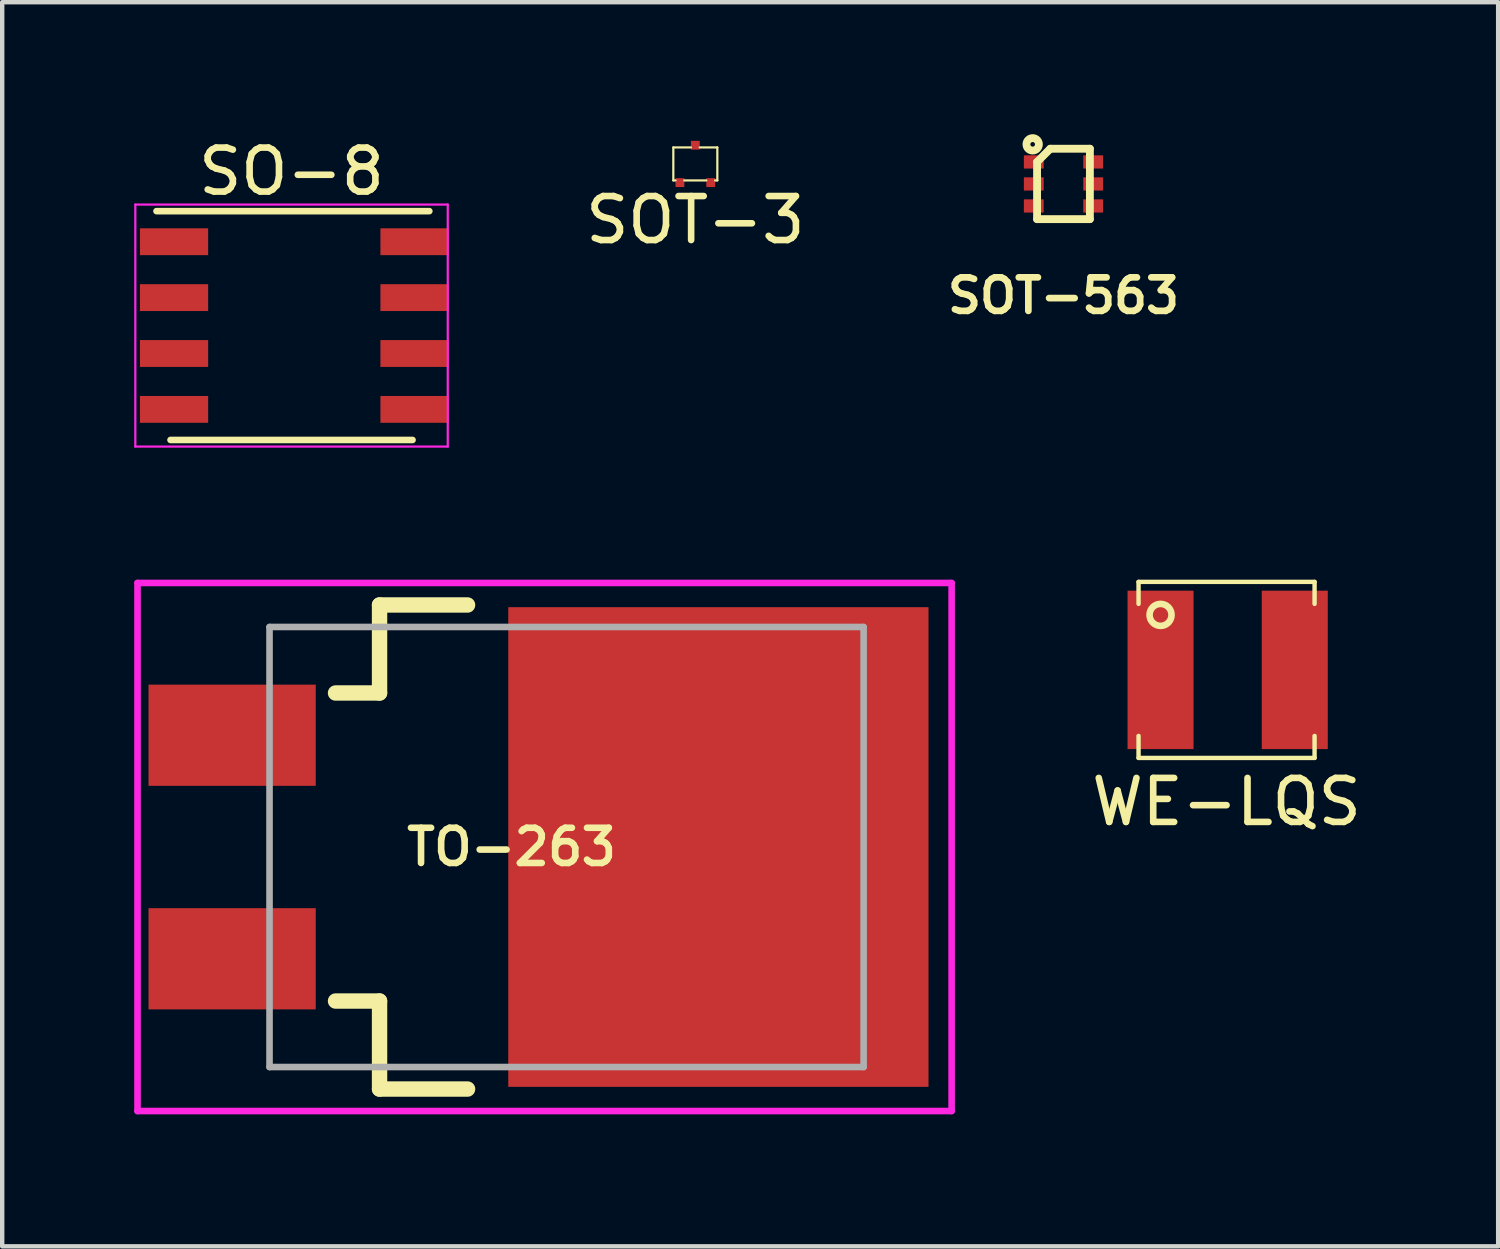
<source format=kicad_pcb>
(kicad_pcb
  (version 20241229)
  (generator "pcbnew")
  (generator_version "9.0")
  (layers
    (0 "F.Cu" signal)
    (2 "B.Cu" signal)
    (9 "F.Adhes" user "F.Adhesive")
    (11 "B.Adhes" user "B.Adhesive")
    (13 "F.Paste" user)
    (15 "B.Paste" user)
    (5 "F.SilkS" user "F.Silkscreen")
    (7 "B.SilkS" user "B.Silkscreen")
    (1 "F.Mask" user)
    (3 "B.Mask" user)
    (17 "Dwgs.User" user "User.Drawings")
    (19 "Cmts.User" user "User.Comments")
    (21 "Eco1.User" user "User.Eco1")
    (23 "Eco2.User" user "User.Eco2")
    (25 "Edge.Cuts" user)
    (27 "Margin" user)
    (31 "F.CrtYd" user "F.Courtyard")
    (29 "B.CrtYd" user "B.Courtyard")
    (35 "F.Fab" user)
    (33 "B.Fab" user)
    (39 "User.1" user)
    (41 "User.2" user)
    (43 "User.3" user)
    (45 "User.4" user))
  (footprint "SOT-563"
    (layer "F.Cu")
    (at 21.117 1.13)
    (property "Reference" "SOT-563" (at 0 2.54 0) (layer "F.SilkS") (effects (font (size 0.762 0.762) (thickness 0.152))))
    (attr smd)
    (fp_line (start -0.6 -0.5) (end -0.6 0.8) (stroke (width 0.178) (type solid)) (layer "F.SilkS"))
    (fp_line (start -0.6 -0.5) (end -0.3 -0.8) (stroke (width 0.178) (type solid)) (layer "F.SilkS"))
    (fp_line (start -0.6 0.8) (end 0.6 0.8) (stroke (width 0.178) (type solid)) (layer "F.SilkS"))
    (fp_line (start -0.3 -0.8) (end 0.6 -0.8) (stroke (width 0.178) (type solid)) (layer "F.SilkS"))
    (fp_line (start 0.6 0.8) (end 0.6 -0.8) (stroke (width 0.178) (type solid)) (layer "F.SilkS"))
    (fp_circle (center -0.7 -0.9) (end -0.8 -1) (stroke (width 0.178) (type solid)) (fill no) (layer "F.SilkS"))
    (pad "1" smd rect (at -0.675 -0.5) (size 0.45 0.3) (layers "F.Cu" "F.Mask" "F.Paste"))
    (pad "2" smd rect (at -0.675 0) (size 0.45 0.3) (layers "F.Cu" "F.Mask" "F.Paste"))
    (pad "3" smd rect (at -0.675 0.5) (size 0.45 0.3) (layers "F.Cu" "F.Mask" "F.Paste"))
    (pad "4" smd rect (at 0.675 0.5) (size 0.45 0.3) (layers "F.Cu" "F.Mask" "F.Paste"))
    (pad "5" smd rect (at 0.675 0) (size 0.45 0.3) (layers "F.Cu" "F.Mask" "F.Paste"))
    (pad "6" smd rect (at 0.675 -0.5) (size 0.45 0.3) (layers "F.Cu" "F.Mask" "F.Paste")))
  (footprint "WE-LQS"
    (layer "F.Cu")
    (at 23.323 12.173)
    (property "Reference" "WE-LQS" (at 1.5 3 0) (layer "F.SilkS") (effects (font (size 1 1) (thickness 0.15))))
    (attr through_hole)
    (fp_line (start -0.5 -2) (end -0.5 -1.5) (stroke (width 0.1) (type solid)) (layer "F.SilkS"))
    (fp_line (start -0.5 -2) (end 3.5 -2) (stroke (width 0.1) (type solid)) (layer "F.SilkS"))
    (fp_line (start -0.5 2) (end -0.5 1.5) (stroke (width 0.1) (type solid)) (layer "F.SilkS"))
    (fp_line (start 3.5 -2) (end 3.5 -1.5) (stroke (width 0.1) (type solid)) (layer "F.SilkS"))
    (fp_line (start 3.5 2) (end -0.5 2) (stroke (width 0.1) (type solid)) (layer "F.SilkS"))
    (fp_line (start 3.5 2) (end 3.5 1.5) (stroke (width 0.1) (type solid)) (layer "F.SilkS"))
    (fp_circle (center 0 -1.25) (end 0.25 -1.25) (stroke (width 0.15) (type solid)) (fill no) (layer "F.SilkS"))
    (pad "1" smd rect (at 0 0) (size 1.5 3.6) (layers "F.Cu" "F.Mask" "F.Paste"))
    (pad "2" smd rect (at 3.05 0) (size 1.5 3.6) (layers "F.Cu" "F.Mask" "F.Paste")))
  (footprint "SOT-3"
    (layer "F.Cu")
    (at 12.751 0.25)
    (property "Reference" "SOT-3" (at 0 1.7 0) (layer "F.SilkS") (effects (font (size 1 1) (thickness 0.15))))
    (attr through_hole)
    (fp_line (start -0.5 0.05) (end -0.5 0.8) (stroke (width 0.05) (type solid)) (layer "F.SilkS"))
    (fp_line (start -0.5 0.8) (end -0.45 0.8) (stroke (width 0.05) (type solid)) (layer "F.SilkS"))
    (fp_line (start -0.25 0.8) (end 0.25 0.8) (stroke (width 0.05) (type solid)) (layer "F.SilkS"))
    (fp_line (start -0.1 0.05) (end -0.5 0.05) (stroke (width 0.05) (type solid)) (layer "F.SilkS"))
    (fp_line (start 0.1 0.05) (end 0.5 0.05) (stroke (width 0.05) (type solid)) (layer "F.SilkS"))
    (fp_line (start 0.5 0.05) (end 0.5 0.8) (stroke (width 0.05) (type solid)) (layer "F.SilkS"))
    (fp_line (start 0.5 0.8) (end 0.45 0.8) (stroke (width 0.05) (type solid)) (layer "F.SilkS"))
    (pad "1" smd rect (at -0.35 0.85) (size 0.2 0.2) (layers "F.Cu" "F.Mask" "F.Paste"))
    (pad "2" smd rect (at 0.35 0.85) (size 0.2 0.2) (layers "F.Cu" "F.Mask" "F.Paste"))
    (pad "3" smd rect (at 0 0) (size 0.2 0.2) (layers "F.Cu" "F.Mask" "F.Paste")))
  (footprint "TO-263"
    (layer "F.Cu")
    (at 8.575 16.198)
    (property "Reference" "TO-263" (at 0 0 0) (layer "F.SilkS") (effects (font (size 0.8 0.8) (thickness 0.15))))
    (attr smd)
    (fp_line (start -3 -5.5) (end -3 -3.5) (stroke (width 0.35) (type solid)) (layer "F.SilkS"))
    (fp_line (start -3 -3.5) (end -4 -3.5) (stroke (width 0.35) (type solid)) (layer "F.SilkS"))
    (fp_line (start -3 3.5) (end -4 3.5) (stroke (width 0.35) (type solid)) (layer "F.SilkS"))
    (fp_line (start -3 5.5) (end -3 3.5) (stroke (width 0.35) (type solid)) (layer "F.SilkS"))
    (fp_line (start -1 -5.5) (end -3 -5.5) (stroke (width 0.35) (type solid)) (layer "F.SilkS"))
    (fp_line (start -1 5.5) (end -3 5.5) (stroke (width 0.35) (type solid)) (layer "F.SilkS"))
    (fp_line (start -8.5 -6) (end 10 -6) (stroke (width 0.15) (type solid)) (layer "F.CrtYd"))
    (fp_line (start -8.5 6) (end -8.5 -6) (stroke (width 0.15) (type solid)) (layer "F.CrtYd"))
    (fp_line (start 10 -6) (end 10 6) (stroke (width 0.15) (type solid)) (layer "F.CrtYd"))
    (fp_line (start 10 6) (end -8.5 6) (stroke (width 0.15) (type solid)) (layer "F.CrtYd"))
    (fp_line (start -5.5 -5) (end 8 -5) (stroke (width 0.15) (type solid)) (layer "F.Fab"))
    (fp_line (start -5.5 5) (end -5.5 -5) (stroke (width 0.15) (type solid)) (layer "F.Fab"))
    (fp_line (start 8 -5) (end 8 5) (stroke (width 0.15) (type solid)) (layer "F.Fab"))
    (fp_line (start 8 5) (end -5.5 5) (stroke (width 0.15) (type solid)) (layer "F.Fab"))
    (pad "" smd rect (at 1.5 -3 180) (size 2.3 2.3) (layers "F.Paste"))
    (pad "" smd rect (at 1.5 0 180) (size 2.3 2.3) (layers "F.Paste"))
    (pad "" smd rect (at 1.5 3 180) (size 2.3 2.3) (layers "F.Paste"))
    (pad "" smd rect (at 5 -3 180) (size 2.3 2.3) (layers "F.Paste"))
    (pad "" smd rect (at 5 0 180) (size 2.3 2.3) (layers "F.Paste"))
    (pad "" smd rect (at 5 3 180) (size 2.3 2.3) (layers "F.Paste"))
    (pad "1" smd rect (at -6.35 -2.54 180) (size 3.8 2.3) (layers "F.Cu" "F.Mask" "F.Paste"))
    (pad "2" smd rect (at -6.35 2.54 180) (size 3.8 2.3) (layers "F.Cu" "F.Mask" "F.Paste"))
    (pad "3" smd rect (at 4.7 0 180) (size 9.55 10.9) (layers "F.Cu" "F.Mask")))
  (footprint "SO-8"
    (layer "F.Cu")
    (at 3.575 4.348)
    (property "Reference" "SO-8" (at 0 -3.5 0) (layer "F.SilkS") (effects (font (size 1 1) (thickness 0.15))))
    (attr smd)
    (fp_line (start -3.069 -2.6) (end 3.131 -2.6) (stroke (width 0.15) (type solid)) (layer "F.SilkS"))
    (fp_line (start -2.75 2.6) (end 2.75 2.6) (stroke (width 0.15) (type solid)) (layer "F.SilkS"))
    (fp_line (start -3.55 -2.75) (end -3.55 2.75) (stroke (width 0.05) (type solid)) (layer "F.CrtYd"))
    (fp_line (start -3.55 -2.75) (end 3.55 -2.75) (stroke (width 0.05) (type solid)) (layer "F.CrtYd"))
    (fp_line (start -3.55 2.75) (end 3.55 2.75) (stroke (width 0.05) (type solid)) (layer "F.CrtYd"))
    (fp_line (start 3.55 -2.75) (end 3.55 2.75) (stroke (width 0.05) (type solid)) (layer "F.CrtYd"))
    (pad "1" smd rect (at -2.67 -1.905) (size 1.55 0.61) (layers "F.Cu" "F.Mask" "F.Paste"))
    (pad "2" smd rect (at -2.67 -0.635) (size 1.55 0.61) (layers "F.Cu" "F.Mask" "F.Paste"))
    (pad "3" smd rect (at -2.67 0.635) (size 1.55 0.61) (layers "F.Cu" "F.Mask" "F.Paste"))
    (pad "4" smd rect (at -2.67 1.905) (size 1.55 0.61) (layers "F.Cu" "F.Mask" "F.Paste"))
    (pad "5" smd rect (at 2.795 1.905) (size 1.55 0.61) (layers "F.Cu" "F.Mask" "F.Paste"))
    (pad "6" smd rect (at 2.795 0.635) (size 1.55 0.61) (layers "F.Cu" "F.Mask" "F.Paste"))
    (pad "7" smd rect (at 2.795 -0.635) (size 1.55 0.61) (layers "F.Cu" "F.Mask" "F.Paste"))
    (pad "8" smd rect (at 2.795 -1.905) (size 1.55 0.61) (layers "F.Cu" "F.Mask" "F.Paste")))
  (gr_rect
    (start -3 -3)
    (end 30.995 25.273)
    (stroke (width 0.1) (type default))
    (fill no)
    (layer "Edge.Cuts")))
</source>
